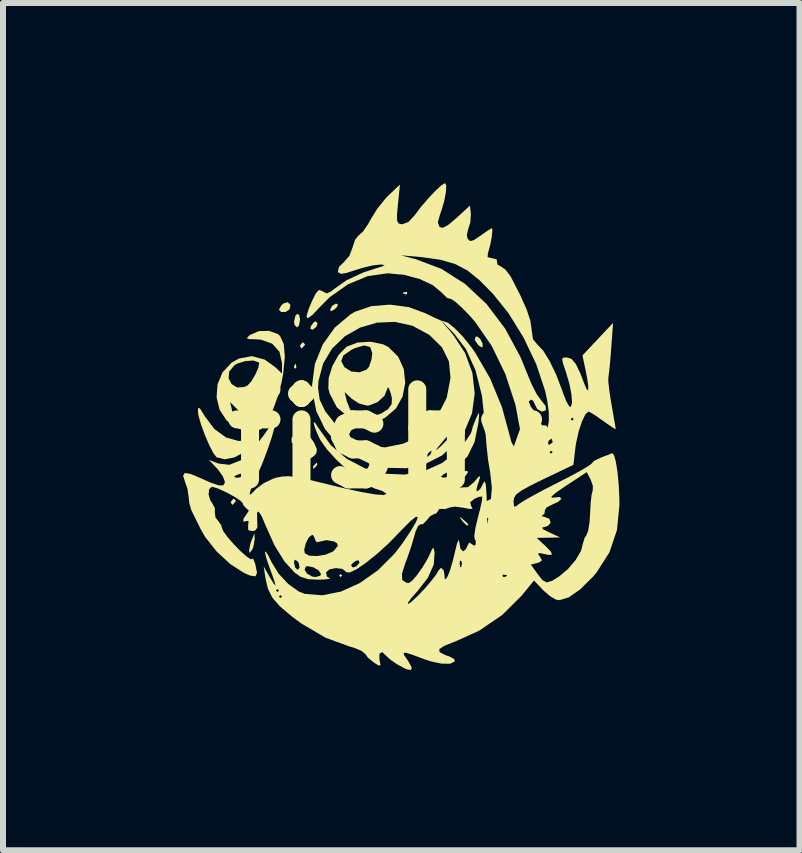
<source format=kicad_pcb>
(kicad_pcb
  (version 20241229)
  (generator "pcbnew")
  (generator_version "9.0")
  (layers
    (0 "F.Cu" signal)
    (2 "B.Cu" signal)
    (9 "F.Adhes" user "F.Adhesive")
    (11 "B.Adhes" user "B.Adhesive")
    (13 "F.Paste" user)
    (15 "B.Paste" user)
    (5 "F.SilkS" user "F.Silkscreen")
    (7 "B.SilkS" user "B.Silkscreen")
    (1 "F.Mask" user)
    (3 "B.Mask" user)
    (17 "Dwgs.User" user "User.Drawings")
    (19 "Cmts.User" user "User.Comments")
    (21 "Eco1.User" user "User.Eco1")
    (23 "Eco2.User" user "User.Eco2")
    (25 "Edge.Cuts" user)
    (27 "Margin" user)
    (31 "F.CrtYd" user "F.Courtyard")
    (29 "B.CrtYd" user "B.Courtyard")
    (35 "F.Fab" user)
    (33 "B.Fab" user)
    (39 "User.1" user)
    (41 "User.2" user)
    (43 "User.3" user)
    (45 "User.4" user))
  (footprint "fishy"
    (layer "F.Cu")
    (at 3.401 4.258)
    (property "Reference" "fishy" (at 0 0 0) (layer "F.SilkS") (effects (font (size 1.5 1.5) (thickness 0.3))))
    (attr board_only exclude_from_pos_files exclude_from_bom)
    (fp_poly (pts (xy 0.9 -1.968) (xy 0.898 -1.968) (xy 0.889 -1.979)) (stroke (width 0) (type solid)) (fill yes) (layer "F.SilkS"))
    (fp_poly (pts (xy -1.303 0.426) (xy -1.328 0.451) (xy -1.353 0.426) (xy -1.328 0.401)) (stroke (width 0) (type solid)) (fill yes) (layer "F.SilkS"))
    (fp_poly (pts (xy -0.751 2.279) (xy -0.777 2.305) (xy -0.802 2.279) (xy -0.777 2.254)) (stroke (width 0) (type solid)) (fill yes) (layer "F.SilkS"))
    (fp_poly (pts (xy -1.52 -1.236) (xy -1.514 -1.176) (xy -1.52 -1.169) (xy -1.549 -1.176) (xy -1.553 -1.202) (xy -1.535 -1.244)) (stroke (width 0) (type solid)) (fill yes) (layer "F.SilkS"))
    (fp_poly (pts (xy 0.334 -2.438) (xy 0.327 -2.408) (xy 0.301 -2.405) (xy 0.259 -2.423) (xy 0.267 -2.438) (xy 0.327 -2.444)) (stroke (width 0) (type solid)) (fill yes) (layer "F.SilkS"))
    (fp_poly (pts (xy -1.407 -0.34) (xy -1.413 -0.294) (xy -1.441 -0.256) (xy -1.474 -0.294) (xy -1.492 -0.368) (xy -1.483 -0.387) (xy -1.433 -0.396)) (stroke (width 0) (type solid)) (fill yes) (layer "F.SilkS"))
    (fp_poly (pts (xy -0.822 -2.242) (xy -0.836 -2.196) (xy -0.876 -2.155) (xy -0.939 -2.123) (xy -0.952 -2.145) (xy -0.921 -2.211) (xy -0.858 -2.249)) (stroke (width 0) (type solid)) (fill yes) (layer "F.SilkS"))
    (fp_poly (pts (xy -2.522 1.033) (xy -2.53 1.052) (xy -2.575 1.1) (xy -2.583 1.102) (xy -2.605 1.063) (xy -2.605 1.052) (xy -2.567 1.004) (xy -2.552 1.002)) (stroke (width 0) (type solid)) (fill yes) (layer "F.SilkS"))
    (fp_poly (pts (xy -1.466 -2.061) (xy -1.453 -1.982) (xy -1.47 -1.886) (xy -1.503 -1.854) (xy -1.544 -1.895) (xy -1.553 -1.951) (xy -1.53 -2.047) (xy -1.503 -2.079)) (stroke (width 0) (type solid)) (fill yes) (layer "F.SilkS"))
    (fp_poly (pts (xy -1.37 -1.572) (xy -1.378 -1.553) (xy -1.423 -1.505) (xy -1.431 -1.503) (xy -1.452 -1.542) (xy -1.453 -1.553) (xy -1.414 -1.601) (xy -1.4 -1.603)) (stroke (width 0) (type solid)) (fill yes) (layer "F.SilkS"))
    (fp_poly (pts (xy -1.168 0.433) (xy -1.177 0.451) (xy -1.225 0.499) (xy -1.233 0.501) (xy -1.237 0.469) (xy -1.227 0.451) (xy -1.18 0.403) (xy -1.171 0.401)) (stroke (width 0) (type solid)) (fill yes) (layer "F.SilkS"))
    (fp_poly (pts (xy -1.16 -1.924) (xy -1.18 -1.865) (xy -1.239 -1.817) (xy -1.243 -1.815) (xy -1.281 -1.831) (xy -1.272 -1.875) (xy -1.221 -1.943) (xy -1.193 -1.954)) (stroke (width 0) (type solid)) (fill yes) (layer "F.SilkS"))
    (fp_poly (pts (xy 1.229 1.318) (xy 1.265 1.346) (xy 1.334 1.408) (xy 1.353 1.434) (xy 1.328 1.449) (xy 1.262 1.385) (xy 1.246 1.365) (xy 1.203 1.306)) (stroke (width 0) (type solid)) (fill yes) (layer "F.SilkS"))
    (fp_poly (pts (xy -2.209 1.678) (xy -2.23 1.801) (xy -2.254 1.854) (xy -2.293 1.904) (xy -2.301 1.866) (xy -2.3 1.854) (xy -2.279 1.746) (xy -2.254 1.678) (xy -2.211 1.578)) (stroke (width 0) (type solid)) (fill yes) (layer "F.SilkS"))
    (fp_poly (pts (xy -1.612 -2.228) (xy -1.628 -2.154) (xy -1.69 -2.112) (xy -1.766 -2.109) (xy -1.804 -2.147) (xy -1.804 -2.148) (xy -1.769 -2.214) (xy -1.733 -2.251) (xy -1.656 -2.274)) (stroke (width 0) (type solid)) (fill yes) (layer "F.SilkS"))
    (fp_poly (pts (xy 1.547 -1.665) (xy 1.587 -1.588) (xy 1.591 -1.525) (xy 1.588 -1.522) (xy 1.545 -1.536) (xy 1.512 -1.564) (xy 1.458 -1.645) (xy 1.471 -1.697) (xy 1.498 -1.703)) (stroke (width 0) (type solid)) (fill yes) (layer "F.SilkS"))
    (fp_poly (pts (xy -1.318 -0.072) (xy -1.221 0.062) (xy -1.173 0.173) (xy -1.179 0.24) (xy -1.216 0.285) (xy -1.282 0.331) (xy -1.345 0.3) (xy -1.371 0.276) (xy -1.436 0.192) (xy -1.453 0.147) (xy -1.493 0.105) (xy -1.528 0.1) (xy -1.592 0.066) (xy -1.594 -0.011) (xy -1.534 -0.095) (xy -1.429 -0.129)) (stroke (width 0) (type solid)) (fill yes) (layer "F.SilkS"))
    (fp_poly (pts (xy -3.117 -0.499) (xy -3.054 -0.399) (xy -3.042 -0.377) (xy -2.88 -0.162) (xy -2.686 -0.02) (xy -2.478 0.038) (xy -2.395 0.035) (xy -2.278 0.024) (xy -2.24 0.04) (xy -2.262 0.094) (xy -2.266 0.1) (xy -2.386 0.226) (xy -2.546 0.312) (xy -2.71 0.343) (xy -2.843 0.31) (xy -2.897 0.24) (xy -2.967 0.104) (xy -3.04 -0.067) (xy -3.104 -0.242) (xy -3.146 -0.39) (xy -3.155 -0.462) (xy -3.147 -0.517)) (stroke (width 0) (type solid)) (fill yes) (layer "F.SilkS"))
    (fp_poly (pts (xy -0.068 -1.571) (xy 0.017 -1.529) (xy 0.182 -1.366) (xy 0.276 -1.159) (xy 0.3 -0.93) (xy 0.256 -0.704) (xy 0.146 -0.504) (xy -0.03 -0.353) (xy -0.071 -0.331) (xy -0.284 -0.26) (xy -0.473 -0.273) (xy -0.636 -0.348) (xy -0.841 -0.525) (xy -0.961 -0.756) (xy -0.966 -0.777) (xy -0.71 -0.777) (xy -0.674 -0.626) (xy -0.623 -0.496) (xy -0.558 -0.409) (xy -0.438 -0.367) (xy -0.276 -0.37) (xy -0.111 -0.414) (xy 0.011 -0.489) (xy 0.073 -0.575) (xy 0.078 -0.674) (xy 0.058 -0.756) (xy 0.026 -0.844) (xy 0.007 -0.854) (xy 0.005 -0.839) (xy -0.046 -0.715) (xy -0.159 -0.61) (xy -0.3 -0.554) (xy -0.335 -0.551) (xy -0.467 -0.585) (xy -0.59 -0.664) (xy -0.71 -0.777) (xy -0.966 -0.777) (xy -0.981 -0.836) (xy -0.976 -1.011) (xy -0.913 -1.212) (xy -0.868 -1.292) (xy -0.766 -1.292) (xy -0.712 -1.19) (xy -0.599 -1.119) (xy -0.462 -1.106) (xy -0.344 -1.151) (xy -0.302 -1.199) (xy -0.261 -1.327) (xy -0.25 -1.425) (xy -0.284 -1.526) (xy -0.382 -1.554) (xy -0.542 -1.507) (xy -0.599 -1.479) (xy -0.731 -1.387) (xy -0.766 -1.292) (xy -0.868 -1.292) (xy -0.809 -1.398) (xy -0.681 -1.529) (xy -0.677 -1.532) (xy -0.494 -1.602) (xy -0.275 -1.615)) (stroke (width 0) (type solid)) (fill yes) (layer "F.SilkS"))
    (fp_poly (pts (xy -1.825 -1.745) (xy -1.786 -1.712) (xy -1.723 -1.575) (xy -1.706 -1.36) (xy -1.734 -1.079) (xy -1.76 -0.942) (xy -1.817 -0.725) (xy -1.891 -0.515) (xy -1.972 -0.336) (xy -2.05 -0.207) (xy -2.115 -0.151) (xy -2.122 -0.15) (xy -2.237 -0.135) (xy -2.263 -0.127) (xy -2.351 -0.13) (xy -2.477 -0.168) (xy -2.491 -0.174) (xy -2.676 -0.303) (xy -2.793 -0.482) (xy -2.824 -0.61) (xy -2.618 -0.61) (xy -2.584 -0.468) (xy -2.51 -0.311) (xy -2.394 -0.221) (xy -2.261 -0.207) (xy -2.133 -0.279) (xy -2.064 -0.36) (xy -2.079 -0.392) (xy -2.182 -0.38) (xy -2.203 -0.376) (xy -2.324 -0.369) (xy -2.429 -0.424) (xy -2.485 -0.476) (xy -2.618 -0.61) (xy -2.824 -0.61) (xy -2.843 -0.691) (xy -2.827 -0.906) (xy -2.785 -1.007) (xy -2.643 -1.007) (xy -2.593 -0.91) (xy -2.5 -0.853) (xy -2.378 -0.862) (xy -2.324 -0.89) (xy -2.261 -0.959) (xy -2.197 -1.069) (xy -2.148 -1.181) (xy -2.134 -1.26) (xy -2.14 -1.271) (xy -2.229 -1.302) (xy -2.363 -1.293) (xy -2.498 -1.251) (xy -2.544 -1.225) (xy -2.632 -1.12) (xy -2.643 -1.007) (xy -2.785 -1.007) (xy -2.744 -1.105) (xy -2.595 -1.265) (xy -2.473 -1.334) (xy -2.255 -1.375) (xy -2.042 -1.318) (xy -1.868 -1.193) (xy -1.753 -1.085) (xy -1.753 -1.26) (xy -1.796 -1.449) (xy -1.917 -1.583) (xy -2.103 -1.649) (xy -2.183 -1.655) (xy -2.304 -1.659) (xy -2.34 -1.675) (xy -2.302 -1.715) (xy -2.282 -1.73) (xy -2.137 -1.792) (xy -1.969 -1.796)) (stroke (width 0) (type solid)) (fill yes) (layer "F.SilkS"))
    (fp_poly (pts (xy 0.358 -2.192) (xy 0.638 -2.089) (xy 0.784 -2.017) (xy 0.891 -1.97) (xy 0.898 -1.968) (xy 1.092 -1.738) (xy 1.296 -1.429) (xy 1.418 -1.096) (xy 1.457 -0.754) (xy 1.412 -0.421) (xy 1.283 -0.114) (xy 1.164 0.052) (xy 0.91 0.281) (xy 0.623 0.426) (xy 0.317 0.492) (xy 0.004 0.486) (xy -0.301 0.412) (xy -0.539 0.297) (xy 0.664 0.297) (xy 0.67 0.301) (xy 0.716 0.265) (xy 0.726 0.25) (xy 0.739 0.204) (xy 0.732 0.2) (xy 0.687 0.236) (xy 0.676 0.25) (xy 0.664 0.297) (xy -0.539 0.297) (xy -0.585 0.275) (xy -0.695 0.191) (xy 0.813 0.191) (xy 0.863 0.152) (xy 0.894 0.125) (xy 0.998 0.019) (xy 1.063 -0.075) (xy 1.088 -0.129) (xy 1.08 -0.132) (xy 1.028 -0.076) (xy 0.924 0.047) (xy 0.901 0.075) (xy 0.825 0.167) (xy 0.813 0.191) (xy -0.695 0.191) (xy -0.836 0.081) (xy -1.039 -0.164) (xy -1.181 -0.457) (xy -1.249 -0.791) (xy -1.251 -0.842) (xy -1.152 -0.842) (xy -1.125 -0.648) (xy -1.033 -0.457) (xy -0.866 -0.245) (xy -0.611 -0.023) (xy -0.331 0.108) (xy -0.038 0.145) (xy 0.257 0.085) (xy 0.328 0.056) (xy 0.523 -0.069) (xy 0.687 -0.225) (xy 1.102 -0.225) (xy 1.127 -0.2) (xy 1.152 -0.225) (xy 1.127 -0.25) (xy 1.102 -0.225) (xy 0.687 -0.225) (xy 0.717 -0.253) (xy 0.881 -0.465) (xy 0.986 -0.671) (xy 0.993 -0.692) (xy 1.054 -1.013) (xy 1.027 -1.288) (xy 0.911 -1.523) (xy 0.705 -1.726) (xy 0.699 -1.73) (xy 0.421 -1.881) (xy 0.126 -1.946) (xy -0.171 -1.933) (xy -0.454 -1.85) (xy -0.708 -1.704) (xy -0.918 -1.502) (xy -1.069 -1.25) (xy -1.146 -0.958) (xy -1.152 -0.842) (xy -1.251 -0.842) (xy -1.252 -0.895) (xy -1.206 -1.242) (xy -1.076 -1.567) (xy -0.874 -1.851) (xy -0.612 -2.071) (xy -0.533 -2.117) (xy -0.265 -2.208) (xy 0.043 -2.233)) (stroke (width 0) (type solid)) (fill yes) (layer "F.SilkS"))
    (fp_poly (pts (xy 0.984 -4.215) (xy 0.977 -4.106) (xy 0.949 -3.958) (xy 0.903 -3.801) (xy 0.878 -3.732) (xy 0.843 -3.604) (xy 0.871 -3.526) (xy 0.872 -3.526) (xy 0.927 -3.513) (xy 1.02 -3.564) (xy 1.152 -3.676) (xy 1.378 -3.883) (xy 1.393 -3.747) (xy 1.385 -3.604) (xy 1.354 -3.509) (xy 1.325 -3.391) (xy 1.34 -3.33) (xy 1.379 -3.292) (xy 1.442 -3.307) (xy 1.552 -3.381) (xy 1.662 -3.459) (xy 1.734 -3.503) (xy 1.745 -3.507) (xy 1.752 -3.464) (xy 1.741 -3.361) (xy 1.717 -3.234) (xy 1.686 -3.118) (xy 1.677 -3.094) (xy 1.672 -3.025) (xy 1.747 -3.006) (xy 1.751 -3.006) (xy 1.825 -2.987) (xy 1.827 -2.952) (xy 1.838 -2.899) (xy 1.886 -2.874) (xy 1.971 -2.815) (xy 2.055 -2.704) (xy 2.063 -2.689) (xy 2.218 -2.386) (xy 2.323 -2.151) (xy 2.383 -1.97) (xy 2.404 -1.83) (xy 2.405 -1.814) (xy 2.428 -1.656) (xy 2.504 -1.565) (xy 2.597 -1.468) (xy 2.704 -1.295) (xy 2.814 -1.067) (xy 2.915 -0.803) (xy 2.928 -0.764) (xy 2.982 -0.625) (xy 3.031 -0.54) (xy 3.057 -0.527) (xy 3.078 -0.593) (xy 3.07 -0.728) (xy 3.036 -0.907) (xy 2.979 -1.104) (xy 2.973 -1.121) (xy 2.926 -1.26) (xy 2.913 -1.328) (xy 2.936 -1.351) (xy 2.997 -1.353) (xy 3.071 -1.328) (xy 3.142 -1.244) (xy 3.217 -1.087) (xy 3.278 -0.927) (xy 3.323 -0.82) (xy 3.347 -0.804) (xy 3.35 -0.871) (xy 3.329 -1.014) (xy 3.304 -1.142) (xy 3.252 -1.387) (xy 3.507 -1.658) (xy 3.762 -1.929) (xy 3.731 -1.503) (xy 3.715 -1.302) (xy 3.699 -1.138) (xy 3.686 -1.037) (xy 3.683 -1.022) (xy 3.683 -0.949) (xy 3.699 -0.806) (xy 3.727 -0.62) (xy 3.736 -0.571) (xy 3.768 -0.385) (xy 3.793 -0.241) (xy 3.806 -0.164) (xy 3.807 -0.158) (xy 3.771 -0.176) (xy 3.679 -0.238) (xy 3.597 -0.296) (xy 3.472 -0.384) (xy 3.38 -0.44) (xy 3.352 -0.451) (xy 3.301 -0.406) (xy 3.244 -0.287) (xy 3.189 -0.121) (xy 3.147 0.068) (xy 3.134 0.155) (xy 3.101 0.436) (xy 2.602 0.675) (xy 2.381 0.784) (xy 2.236 0.864) (xy 2.152 0.926) (xy 2.113 0.982) (xy 2.104 1.041) (xy 2.111 1.128) (xy 2.147 1.127) (xy 2.192 1.09) (xy 2.269 1.039) (xy 2.416 0.955) (xy 2.611 0.85) (xy 2.835 0.736) (xy 2.843 0.731) (xy 3.057 0.622) (xy 3.233 0.526) (xy 3.355 0.453) (xy 3.406 0.413) (xy 3.407 0.411) (xy 3.448 0.369) (xy 3.55 0.319) (xy 3.558 0.315) (xy 3.675 0.271) (xy 3.745 0.242) (xy 3.746 0.242) (xy 3.778 0.274) (xy 3.809 0.387) (xy 3.836 0.559) (xy 3.856 0.769) (xy 3.867 0.998) (xy 3.868 1.102) (xy 3.827 1.522) (xy 3.702 1.893) (xy 3.489 2.226) (xy 3.423 2.304) (xy 3.211 2.513) (xy 3.024 2.643) (xy 2.87 2.69) (xy 2.812 2.682) (xy 2.72 2.629) (xy 2.607 2.533) (xy 2.584 2.509) (xy 2.445 2.363) (xy 2.237 2.617) (xy 1.916 2.936) (xy 1.53 3.199) (xy 1.139 3.376) (xy 0.956 3.448) (xy 0.867 3.505) (xy 0.872 3.556) (xy 0.967 3.605) (xy 1.04 3.63) (xy 1.116 3.672) (xy 1.125 3.711) (xy 1.047 3.749) (xy 0.905 3.748) (xy 0.723 3.709) (xy 0.626 3.677) (xy 0.431 3.604) (xy 0.318 3.567) (xy 0.272 3.568) (xy 0.282 3.607) (xy 0.336 3.686) (xy 0.345 3.699) (xy 0.407 3.809) (xy 0.394 3.855) (xy 0.309 3.837) (xy 0.168 3.761) (xy 0.055 3.683) (xy -0.018 3.618) (xy -0.023 3.611) (xy -0.085 3.555) (xy -0.129 3.582) (xy -0.131 3.677) (xy -0.129 3.684) (xy -0.112 3.771) (xy -0.139 3.781) (xy -0.22 3.731) (xy -0.318 3.652) (xy -0.367 3.586) (xy -0.427 3.536) (xy -0.551 3.484) (xy -0.628 3.462) (xy -1.029 3.315) (xy -1.432 3.078) (xy -1.593 2.959) (xy -1.788 2.793) (xy -1.914 2.648) (xy -1.923 2.63) (xy -1.804 2.63) (xy -1.779 2.655) (xy -1.753 2.63) (xy -1.779 2.605) (xy -1.804 2.63) (xy -1.923 2.63) (xy -1.973 2.53) (xy -1.854 2.53) (xy -1.829 2.555) (xy -1.804 2.53) (xy -1.829 2.505) (xy -1.854 2.53) (xy -1.973 2.53) (xy -1.988 2.5) (xy -2.028 2.33) (xy -2.058 2.129) (xy -1.958 2.305) (xy -1.89 2.417) (xy -1.862 2.447) (xy -1.873 2.391) (xy -1.924 2.247) (xy -1.956 2.161) (xy -2.014 1.992) (xy -2.037 1.896) (xy -2.026 1.878) (xy -1.982 1.945) (xy -1.928 2.056) (xy -1.809 2.249) (xy -1.648 2.421) (xy -1.473 2.546) (xy -1.374 2.585) (xy -1.082 2.609) (xy -0.772 2.547) (xy -0.458 2.405) (xy -0.237 2.25) (xy 0.245 2.25) (xy 0.251 2.355) (xy 0.32 2.4) (xy 0.361 2.404) (xy 0.416 2.365) (xy 0.5 2.267) (xy 0.592 2.136) (xy 0.673 1.999) (xy 0.707 1.929) (xy 0.75 1.833) (xy 0.773 1.823) (xy 0.789 1.892) (xy 0.776 2.093) (xy 0.678 2.315) (xy 0.504 2.54) (xy 0.498 2.546) (xy 0.399 2.657) (xy 0.345 2.733) (xy 0.344 2.755) (xy 0.399 2.721) (xy 0.498 2.629) (xy 0.62 2.502) (xy 0.622 2.5) (xy 0.737 2.365) (xy 0.82 2.257) (xy 0.852 2.199) (xy 0.852 2.199) (xy 0.89 2.156) (xy 0.902 2.154) (xy 0.941 2.197) (xy 0.953 2.267) (xy 0.96 2.343) (xy 0.985 2.326) (xy 1.007 2.29) (xy 1.015 2.271) (xy 1.92 2.271) (xy 1.927 2.301) (xy 1.954 2.305) (xy 1.995 2.286) (xy 1.987 2.271) (xy 1.928 2.265) (xy 1.92 2.271) (xy 1.015 2.271) (xy 1.045 2.195) (xy 1.08 2.075) (xy 1.206 2.075) (xy 1.216 2.14) (xy 1.233 2.141) (xy 1.24 2.098) (xy 2.393 2.098) (xy 2.503 2.251) (xy 2.587 2.358) (xy 2.659 2.395) (xy 2.75 2.366) (xy 2.866 2.293) (xy 3.011 2.171) (xy 3.14 2.019) (xy 3.229 1.867) (xy 3.256 1.76) (xy 3.288 1.651) (xy 3.314 1.615) (xy 3.346 1.538) (xy 3.37 1.393) (xy 3.38 1.24) (xy 3.389 1.066) (xy 3.405 0.929) (xy 3.422 0.867) (xy 3.426 0.787) (xy 3.39 0.685) (xy 3.324 0.557) (xy 2.977 0.785) (xy 2.812 0.898) (xy 2.735 0.965) (xy 2.744 0.985) (xy 2.768 0.981) (xy 2.875 0.972) (xy 2.901 1.002) (xy 2.848 1.052) (xy 2.752 1.096) (xy 2.655 1.145) (xy 2.625 1.192) (xy 2.627 1.197) (xy 2.617 1.254) (xy 2.593 1.269) (xy 2.571 1.292) (xy 2.612 1.299) (xy 2.7 1.333) (xy 2.723 1.397) (xy 2.677 1.454) (xy 2.64 1.465) (xy 2.58 1.482) (xy 2.596 1.509) (xy 2.694 1.559) (xy 2.705 1.564) (xy 2.881 1.645) (xy 2.685 1.649) (xy 2.49 1.653) (xy 2.623 1.776) (xy 2.725 1.88) (xy 2.746 1.931) (xy 2.685 1.936) (xy 2.618 1.921) (xy 2.526 1.904) (xy 2.515 1.926) (xy 2.544 1.964) (xy 2.577 2.028) (xy 2.526 2.063) (xy 2.5 2.07) (xy 2.393 2.098) (xy 1.24 2.098) (xy 1.245 2.074) (xy 1.237 2.045) (xy 1.214 2.026) (xy 1.206 2.075) (xy 1.08 2.075) (xy 1.091 2.039) (xy 1.127 1.889) (xy 1.161 1.753) (xy 1.186 1.689) (xy 1.198 1.709) (xy 1.198 1.713) (xy 1.22 1.831) (xy 1.263 1.878) (xy 1.311 1.841) (xy 1.329 1.798) (xy 1.366 1.729) (xy 1.402 1.752) (xy 1.45 1.784) (xy 1.472 1.762) (xy 1.474 1.696) (xy 1.46 1.683) (xy 1.45 1.625) (xy 1.467 1.498) (xy 1.506 1.329) (xy 1.509 1.32) (xy 1.552 1.15) (xy 1.579 1.023) (xy 1.582 0.965) (xy 1.582 0.964) (xy 1.528 0.969) (xy 1.454 1.001) (xy 1.382 1.059) (xy 1.397 1.121) (xy 1.402 1.126) (xy 1.421 1.165) (xy 1.374 1.171) (xy 1.267 1.15) (xy 1.131 1.132) (xy 1.042 1.145) (xy 1.033 1.151) (xy 0.953 1.175) (xy 0.921 1.168) (xy 0.86 1.174) (xy 0.852 1.197) (xy 0.812 1.248) (xy 0.789 1.252) (xy 0.715 1.291) (xy 0.662 1.355) (xy 0.597 1.422) (xy 0.552 1.428) (xy 0.514 1.454) (xy 0.47 1.552) (xy 0.453 1.614) (xy 0.4 1.795) (xy 0.33 1.999) (xy 0.3 2.076) (xy 0.245 2.25) (xy -0.237 2.25) (xy -0.156 2.193) (xy 0.119 1.918) (xy 0.246 1.754) (xy 0.394 1.533) (xy 0.482 1.383) (xy 0.509 1.305) (xy 0.477 1.301) (xy 0.385 1.374) (xy 0.235 1.526) (xy 0.204 1.559) (xy 0.017 1.75) (xy -0.173 1.922) (xy -0.352 2.066) (xy -0.506 2.172) (xy -0.622 2.228) (xy -0.684 2.225) (xy -0.689 2.215) (xy -0.75 2.168) (xy -0.857 2.156) (xy -0.963 2.178) (xy -1.019 2.226) (xy -1.004 2.298) (xy -0.962 2.321) (xy -0.958 2.334) (xy -1.036 2.344) (xy -1.136 2.349) (xy -1.317 2.341) (xy -1.446 2.299) (xy -1.545 2.229) (xy -1.584 2.185) (xy -1.377 2.185) (xy -1.333 2.25) (xy -1.248 2.297) (xy -1.196 2.305) (xy -1.118 2.283) (xy -1.102 2.256) (xy -1.144 2.193) (xy -1.236 2.141) (xy -1.329 2.123) (xy -1.356 2.131) (xy -1.377 2.185) (xy -1.584 2.185) (xy -1.697 2.061) (xy -1.553 2.061) (xy -1.534 2.146) (xy -1.495 2.184) (xy -1.461 2.153) (xy -1.467 2.114) (xy -0.601 2.114) (xy -0.572 2.146) (xy -0.512 2.126) (xy -0.464 2.068) (xy -0.462 2.063) (xy -0.478 2.026) (xy -0.522 2.034) (xy -0.591 2.086) (xy -0.601 2.114) (xy -1.467 2.114) (xy -1.475 2.071) (xy -1.497 2.04) (xy -1.543 2.015) (xy -1.553 2.061) (xy -1.697 2.061) (xy -1.715 2.04) (xy -1.835 1.847) (xy -1.383 1.847) (xy -1.375 1.908) (xy -1.299 1.949) (xy -1.17 1.955) (xy -1.027 1.932) (xy -0.91 1.883) (xy -0.881 1.858) (xy -0.823 1.784) (xy -0.836 1.742) (xy -0.883 1.713) (xy -1.013 1.69) (xy -1.087 1.707) (xy -1.175 1.726) (xy -1.202 1.684) (xy -1.202 1.677) (xy -1.23 1.611) (xy -1.254 1.603) (xy -1.307 1.645) (xy -1.356 1.741) (xy -1.383 1.847) (xy -1.835 1.847) (xy -1.879 1.775) (xy -2.023 1.454) (xy -2.029 1.44) (xy -2.096 1.282) (xy -2.144 1.213) (xy -2.169 1.234) (xy -2.167 1.349) (xy -2.165 1.367) (xy -2.163 1.482) (xy -2.201 1.53) (xy -2.245 1.539) (xy -2.316 1.524) (xy -2.318 1.447) (xy -2.316 1.441) (xy -2.311 1.369) (xy -2.347 1.373) (xy -2.397 1.383) (xy -2.396 1.335) (xy -2.343 1.258) (xy -2.342 1.256) (xy -2.305 1.197) (xy -2.342 1.167) (xy -2.4 1.104) (xy -2.405 1.079) (xy -2.446 1.033) (xy -2.548 0.966) (xy -2.68 0.894) (xy -2.81 0.834) (xy -2.908 0.803) (xy -2.922 0.802) (xy -2.967 0.841) (xy -2.976 0.931) (xy -2.947 1.028) (xy -2.926 1.057) (xy -2.872 1.155) (xy -2.872 1.222) (xy -2.862 1.312) (xy -2.828 1.355) (xy -2.766 1.44) (xy -2.755 1.483) (xy -2.726 1.549) (xy -2.652 1.649) (xy -2.551 1.764) (xy -2.441 1.876) (xy -2.342 1.964) (xy -2.272 2.01) (xy -2.25 2.002) (xy -2.236 1.994) (xy -2.206 2.067) (xy -2.197 2.097) (xy -2.169 2.235) (xy -2.195 2.293) (xy -2.285 2.28) (xy -2.381 2.239) (xy -2.615 2.089) (xy -2.843 1.878) (xy -3.032 1.639) (xy -3.101 1.52) (xy -3.178 1.365) (xy -3.241 1.237) (xy -3.264 1.191) (xy -3.298 1.071) (xy -3.307 0.98) (xy -3.328 0.837) (xy -3.365 0.729) (xy -3.401 0.617) (xy -3.372 0.571) (xy -3.273 0.588) (xy -3.146 0.641) (xy -2.939 0.733) (xy -2.806 0.778) (xy -2.732 0.778) (xy -2.706 0.735) (xy -2.705 0.72) (xy -2.738 0.628) (xy -2.744 0.62) (xy -2.542 0.62) (xy -2.54 0.645) (xy -2.483 0.651) (xy -2.4 0.624) (xy -2.383 0.606) (xy -2.399 0.58) (xy -2.455 0.587) (xy -2.542 0.62) (xy -2.744 0.62) (xy -2.819 0.514) (xy -2.839 0.492) (xy -2.972 0.353) (xy -2.812 0.414) (xy -2.631 0.435) (xy -2.445 0.363) (xy -2.253 0.195) (xy -2.069 -0.041) (xy -1.968 -0.185) (xy -1.892 -0.283) (xy -1.856 -0.319) (xy -1.854 -0.316) (xy -1.874 -0.202) (xy -1.924 -0.024) (xy -1.996 0.189) (xy -2.08 0.41) (xy -2.148 0.568) (xy -2.238 0.768) (xy -2.286 0.887) (xy -2.293 0.933) (xy -2.261 0.916) (xy -2.191 0.844) (xy -2.185 0.837) (xy -2.057 0.741) (xy -1.893 0.663) (xy -1.854 0.651) (xy -1.751 0.63) (xy -1.645 0.625) (xy -1.512 0.64) (xy -1.33 0.677) (xy -1.076 0.739) (xy -1.06 0.743) (xy -0.705 0.829) (xy -0.416 0.891) (xy -0.2 0.928) (xy -0.064 0.939) (xy -0.016 0.922) (xy -0.019 0.912) (xy -0.085 0.869) (xy -0.192 0.836) (xy -0.321 0.78) (xy -0.49 0.665) (xy -0.676 0.511) (xy -0.858 0.339) (xy -1.012 0.169) (xy -1.116 0.019) (xy -1.122 0.008) (xy -1.182 -0.124) (xy -1.217 -0.224) (xy -1.225 -0.276) (xy -1.202 -0.265) (xy -1.151 -0.185) (xy -0.94 0.108) (xy -0.675 0.335) (xy -0.371 0.494) (xy -0.043 0.583) (xy 0.292 0.598) (xy 0.618 0.539) (xy 0.921 0.402) (xy 1.184 0.186) (xy 1.218 0.148) (xy 1.319 0.021) (xy 1.388 -0.081) (xy 1.405 -0.122) (xy 1.426 -0.202) (xy 1.473 -0.321) (xy 1.474 -0.326) (xy 1.515 -0.413) (xy 1.531 -0.423) (xy 1.527 -0.35) (xy 1.516 -0.25) (xy 1.453 0.06) (xy 1.338 0.294) (xy 1.162 0.465) (xy 1.069 0.521) (xy 0.939 0.593) (xy 0.894 0.633) (xy 0.927 0.648) (xy 0.942 0.649) (xy 1.069 0.628) (xy 1.205 0.575) (xy 1.313 0.534) (xy 1.349 0.551) (xy 1.31 0.613) (xy 1.219 0.69) (xy 1.086 0.787) (xy 1.221 0.813) (xy 1.343 0.808) (xy 1.443 0.727) (xy 1.454 0.713) (xy 1.526 0.63) (xy 1.549 0.629) (xy 1.526 0.713) (xy 1.503 0.776) (xy 1.484 0.862) (xy 1.507 0.876) (xy 1.555 0.828) (xy 1.603 0.734) (xy 1.627 0.709) (xy 1.643 0.772) (xy 1.654 0.928) (xy 1.657 1.027) (xy 1.667 1.428) (xy 1.718 1.112) (xy 1.743 0.819) (xy 1.714 0.555) (xy 1.71 0.536) (xy 1.682 0.367) (xy 1.679 0.346) (xy 2.017 0.346) (xy 2.029 0.436) (xy 2.056 0.507) (xy 2.105 0.597) (xy 2.139 0.616) (xy 2.144 0.608) (xy 2.133 0.521) (xy 2.108 0.481) (xy 2.077 0.381) (xy 2.086 0.319) (xy 2.1 0.257) (xy 2.063 0.277) (xy 2.054 0.285) (xy 2.017 0.346) (xy 1.679 0.346) (xy 1.656 0.137) (xy 1.636 -0.114) (xy 1.63 -0.218) (xy 1.578 -0.713) (xy 1.47 -1.141) (xy 1.309 -1.495) (xy 1.113 -1.752) (xy 0.9 -1.968) (xy 0.931 -1.959) (xy 1.009 -1.932) (xy 1.125 -1.839) (xy 1.263 -1.697) (xy 1.403 -1.522) (xy 1.461 -1.441) (xy 1.715 -1.002) (xy 1.91 -0.529) (xy 2.011 -0.159) (xy 2.069 0.057) (xy 2.137 0.181) (xy 2.173 0.21) (xy 2.226 0.233) (xy 2.235 0.225) (xy 2.705 0.225) (xy 2.73 0.25) (xy 2.755 0.225) (xy 2.73 0.2) (xy 2.705 0.225) (xy 2.235 0.225) (xy 2.251 0.213) (xy 2.252 0.133) (xy 2.244 0.05) (xy 2.68 0.05) (xy 2.684 0.096) (xy 2.702 0.1) (xy 2.753 0.064) (xy 2.755 0.05) (xy 2.738 0.001) (xy 2.733 0) (xy 2.691 0.035) (xy 2.68 0.05) (xy 2.244 0.05) (xy 2.236 -0.026) (xy 2.235 -0.032) (xy 2.135 -0.567) (xy 1.967 -1.078) (xy 1.74 -1.546) (xy 1.463 -1.947) (xy 1.372 -2.051) (xy 1.239 -2.187) (xy 1.129 -2.285) (xy 1.061 -2.329) (xy 1.051 -2.329) (xy 0.996 -2.346) (xy 0.916 -2.423) (xy 0.908 -2.433) (xy 0.759 -2.558) (xy 0.54 -2.66) (xy 0.28 -2.73) (xy 0.009 -2.755) (xy 0.007 -2.755) (xy -0.326 -2.708) (xy -0.655 -2.571) (xy -0.96 -2.356) (xy -1.126 -2.189) (xy -1.253 -2.055) (xy -1.326 -2.005) (xy -1.345 -2.04) (xy -1.31 -2.159) (xy -1.251 -2.298) (xy -1.186 -2.427) (xy -1.138 -2.477) (xy -1.089 -2.464) (xy -1.075 -2.453) (xy -1.006 -2.42) (xy -0.93 -2.456) (xy -0.888 -2.492) (xy -0.675 -2.641) (xy -0.396 -2.77) (xy -0.2 -2.834) (xy -0.077 -2.872) (xy -0.044 -2.892) (xy -0.096 -2.901) (xy -0.114 -2.901) (xy -0.24 -2.887) (xy -0.411 -2.846) (xy -0.524 -2.811) (xy -0.682 -2.76) (xy -0.77 -2.746) (xy -0.813 -2.768) (xy -0.822 -2.785) (xy -0.804 -2.862) (xy -0.73 -2.933) (xy -0.629 -3.048) (xy -0.627 -3.055) (xy 0.225 -3.055) (xy 0.476 -2.99) (xy 0.903 -2.829) (xy 1.297 -2.578) (xy 1.654 -2.244) (xy 1.964 -1.834) (xy 2.222 -1.356) (xy 2.335 -1.076) (xy 2.411 -0.895) (xy 2.491 -0.74) (xy 2.554 -0.653) (xy 2.639 -0.544) (xy 2.643 -0.473) (xy 2.575 -0.451) (xy 2.499 -0.493) (xy 2.469 -0.551) (xy 2.43 -0.632) (xy 2.399 -0.651) (xy 2.357 -0.621) (xy 2.389 -0.537) (xy 2.455 -0.451) (xy 2.527 -0.346) (xy 2.555 -0.265) (xy 2.581 -0.219) (xy 2.605 -0.225) (xy 2.655 -0.216) (xy 2.663 -0.191) (xy 2.673 -0.19) (xy 2.688 -0.268) (xy 2.692 -0.3) (xy 2.692 -0.326) (xy 3.056 -0.326) (xy 3.081 -0.301) (xy 3.106 -0.326) (xy 3.081 -0.351) (xy 3.056 -0.326) (xy 2.692 -0.326) (xy 2.691 -0.442) (xy 2.665 -0.634) (xy 2.629 -0.801) (xy 2.483 -1.238) (xy 2.274 -1.679) (xy 2.022 -2.087) (xy 1.768 -2.405) (xy 1.539 -2.638) (xy 1.336 -2.802) (xy 1.129 -2.911) (xy 0.889 -2.98) (xy 0.588 -3.023) (xy 0.476 -3.034) (xy 0.225 -3.055) (xy -0.627 -3.055) (xy -0.578 -3.186) (xy -0.537 -3.311) (xy -0.479 -3.386) (xy -0.471 -3.391) (xy -0.406 -3.449) (xy -0.324 -3.567) (xy -0.278 -3.651) (xy -0.165 -3.832) (xy -0.023 -4.008) (xy 0.026 -4.058) (xy 0.212 -4.233) (xy 0.178 -3.906) (xy 0.163 -3.73) (xy 0.164 -3.631) (xy 0.188 -3.586) (xy 0.238 -3.572) (xy 0.247 -3.571) (xy 0.353 -3.61) (xy 0.458 -3.723) (xy 0.559 -3.858) (xy 0.682 -4.001) (xy 0.803 -4.13) (xy 0.905 -4.223) (xy 0.964 -4.258)) (stroke (width 0) (type solid)) (fill yes) (layer "F.SilkS")))
  (gr_rect
    (start -3 -3)
    (end 10.269 11.114)
    (stroke (width 0.1) (type default))
    (fill no)
    (layer "Edge.Cuts")))
</source>
